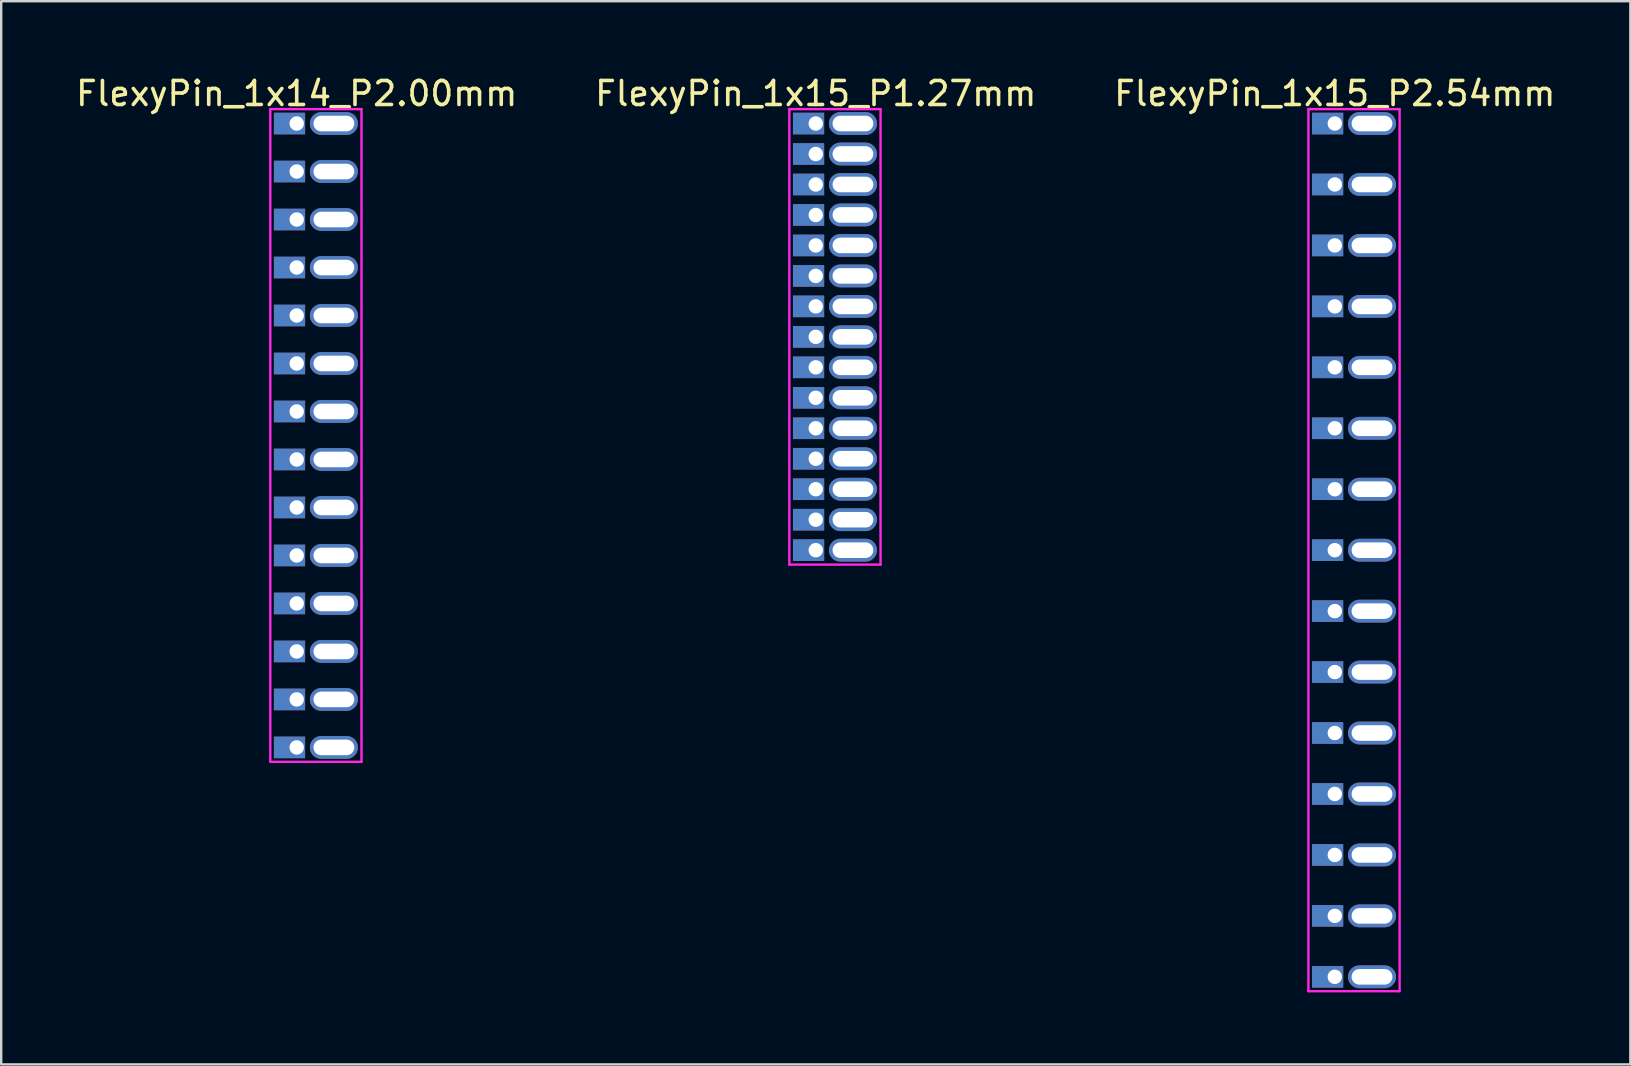
<source format=kicad_pcb>
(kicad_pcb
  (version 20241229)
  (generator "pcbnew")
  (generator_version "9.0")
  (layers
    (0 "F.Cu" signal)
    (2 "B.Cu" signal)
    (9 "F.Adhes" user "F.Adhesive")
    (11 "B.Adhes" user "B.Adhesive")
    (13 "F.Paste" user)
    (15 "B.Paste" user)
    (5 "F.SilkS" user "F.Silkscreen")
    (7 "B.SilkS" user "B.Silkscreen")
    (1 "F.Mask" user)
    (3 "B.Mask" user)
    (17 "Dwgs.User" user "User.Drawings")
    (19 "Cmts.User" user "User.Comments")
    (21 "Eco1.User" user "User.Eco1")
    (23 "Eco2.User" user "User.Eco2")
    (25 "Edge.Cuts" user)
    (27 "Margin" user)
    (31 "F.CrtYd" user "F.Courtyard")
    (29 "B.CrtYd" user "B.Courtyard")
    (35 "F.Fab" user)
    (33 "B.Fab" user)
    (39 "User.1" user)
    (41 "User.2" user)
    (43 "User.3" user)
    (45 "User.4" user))
  (footprint "FlexyPin_1x15_P2.54mm"
    (layer "F.Cu")
    (at 52.577 2.098)
    (property "Reference" "FlexyPin_1x15_P2.54mm" (at 0 -1.25 0) (layer "F.SilkS") (effects (font (size 1 1) (thickness 0.15))))
    (attr through_hole)
    (fp_line (start -1.1 -0.6) (end 2.7 -0.6) (stroke (width 0.1) (type solid)) (layer "F.CrtYd"))
    (fp_line (start -1.1 36.16) (end -1.1 -0.6) (stroke (width 0.1) (type solid)) (layer "F.CrtYd"))
    (fp_line (start 2.7 -0.6) (end 2.7 36.16) (stroke (width 0.1) (type solid)) (layer "F.CrtYd"))
    (fp_line (start 2.7 36.16) (end -1.1 36.16) (stroke (width 0.1) (type solid)) (layer "F.CrtYd"))
    (pad "" thru_hole oval (at 1.55 0) (size 2 0.95) (drill oval 1.7 0.65) (layers "*.Cu" "*.Mask"))
    (pad "" thru_hole oval (at 1.55 2.54) (size 2 0.95) (drill oval 1.7 0.65) (layers "*.Cu" "*.Mask"))
    (pad "" thru_hole oval (at 1.55 5.08) (size 2 0.95) (drill oval 1.7 0.65) (layers "*.Cu" "*.Mask"))
    (pad "" thru_hole oval (at 1.55 7.62) (size 2 0.95) (drill oval 1.7 0.65) (layers "*.Cu" "*.Mask"))
    (pad "" thru_hole oval (at 1.55 10.16) (size 2 0.95) (drill oval 1.7 0.65) (layers "*.Cu" "*.Mask"))
    (pad "" thru_hole oval (at 1.55 12.7) (size 2 0.95) (drill oval 1.7 0.65) (layers "*.Cu" "*.Mask"))
    (pad "" thru_hole oval (at 1.55 15.24) (size 2 0.95) (drill oval 1.7 0.65) (layers "*.Cu" "*.Mask"))
    (pad "" thru_hole oval (at 1.55 17.78) (size 2 0.95) (drill oval 1.7 0.65) (layers "*.Cu" "*.Mask"))
    (pad "" thru_hole oval (at 1.55 20.32) (size 2 0.95) (drill oval 1.7 0.65) (layers "*.Cu" "*.Mask"))
    (pad "" thru_hole oval (at 1.55 22.86) (size 2 0.95) (drill oval 1.7 0.65) (layers "*.Cu" "*.Mask"))
    (pad "" thru_hole oval (at 1.55 25.4) (size 2 0.95) (drill oval 1.7 0.65) (layers "*.Cu" "*.Mask"))
    (pad "" thru_hole oval (at 1.55 27.94) (size 2 0.95) (drill oval 1.7 0.65) (layers "*.Cu" "*.Mask"))
    (pad "" thru_hole oval (at 1.55 30.48) (size 2 0.95) (drill oval 1.7 0.65) (layers "*.Cu" "*.Mask"))
    (pad "" thru_hole oval (at 1.55 33.02) (size 2 0.95) (drill oval 1.7 0.65) (layers "*.Cu" "*.Mask"))
    (pad "" thru_hole oval (at 1.55 35.56) (size 2 0.95) (drill oval 1.7 0.65) (layers "*.Cu" "*.Mask"))
    (pad "1" thru_hole rect (at 0 0) (size 1.3 0.9) (drill 0.6 (offset -0.3 0)) (layers "*.Cu" "*.Mask"))
    (pad "2" thru_hole rect (at 0 2.54) (size 1.3 0.9) (drill 0.6 (offset -0.3 0)) (layers "*.Cu" "*.Mask"))
    (pad "3" thru_hole rect (at 0 5.08) (size 1.3 0.9) (drill 0.6 (offset -0.3 0)) (layers "*.Cu" "*.Mask"))
    (pad "4" thru_hole rect (at 0 7.62) (size 1.3 0.9) (drill 0.6 (offset -0.3 0)) (layers "*.Cu" "*.Mask"))
    (pad "5" thru_hole rect (at 0 10.16) (size 1.3 0.9) (drill 0.6 (offset -0.3 0)) (layers "*.Cu" "*.Mask"))
    (pad "6" thru_hole rect (at 0 12.7) (size 1.3 0.9) (drill 0.6 (offset -0.3 0)) (layers "*.Cu" "*.Mask"))
    (pad "7" thru_hole rect (at 0 15.24) (size 1.3 0.9) (drill 0.6 (offset -0.3 0)) (layers "*.Cu" "*.Mask"))
    (pad "8" thru_hole rect (at 0 17.78) (size 1.3 0.9) (drill 0.6 (offset -0.3 0)) (layers "*.Cu" "*.Mask"))
    (pad "9" thru_hole rect (at 0 20.32) (size 1.3 0.9) (drill 0.6 (offset -0.3 0)) (layers "*.Cu" "*.Mask"))
    (pad "10" thru_hole rect (at 0 22.86) (size 1.3 0.9) (drill 0.6 (offset -0.3 0)) (layers "*.Cu" "*.Mask"))
    (pad "11" thru_hole rect (at 0 25.4) (size 1.3 0.9) (drill 0.6 (offset -0.3 0)) (layers "*.Cu" "*.Mask"))
    (pad "12" thru_hole rect (at 0 27.94) (size 1.3 0.9) (drill 0.6 (offset -0.3 0)) (layers "*.Cu" "*.Mask"))
    (pad "13" thru_hole rect (at 0 30.48) (size 1.3 0.9) (drill 0.6 (offset -0.3 0)) (layers "*.Cu" "*.Mask"))
    (pad "14" thru_hole rect (at 0 33.02) (size 1.3 0.9) (drill 0.6 (offset -0.3 0)) (layers "*.Cu" "*.Mask"))
    (pad "15" thru_hole rect (at 0 35.56) (size 1.3 0.9) (drill 0.6 (offset -0.3 0)) (layers "*.Cu" "*.Mask")))
  (footprint "FlexyPin_1x15_P1.27mm"
    (layer "F.Cu")
    (at 30.946 2.098)
    (property "Reference" "FlexyPin_1x15_P1.27mm" (at 0 -1.25 0) (layer "F.SilkS") (effects (font (size 1 1) (thickness 0.15))))
    (attr through_hole)
    (fp_line (start -1.1 -0.6) (end 2.7 -0.6) (stroke (width 0.1) (type solid)) (layer "F.CrtYd"))
    (fp_line (start -1.1 18.38) (end -1.1 -0.6) (stroke (width 0.1) (type solid)) (layer "F.CrtYd"))
    (fp_line (start 2.7 -0.6) (end 2.7 18.38) (stroke (width 0.1) (type solid)) (layer "F.CrtYd"))
    (fp_line (start 2.7 18.38) (end -1.1 18.38) (stroke (width 0.1) (type solid)) (layer "F.CrtYd"))
    (pad "" thru_hole oval (at 1.55 0) (size 2 0.95) (drill oval 1.7 0.65) (layers "*.Cu" "*.Mask"))
    (pad "" thru_hole oval (at 1.55 1.27) (size 2 0.95) (drill oval 1.7 0.65) (layers "*.Cu" "*.Mask"))
    (pad "" thru_hole oval (at 1.55 2.54) (size 2 0.95) (drill oval 1.7 0.65) (layers "*.Cu" "*.Mask"))
    (pad "" thru_hole oval (at 1.55 3.81) (size 2 0.95) (drill oval 1.7 0.65) (layers "*.Cu" "*.Mask"))
    (pad "" thru_hole oval (at 1.55 5.08) (size 2 0.95) (drill oval 1.7 0.65) (layers "*.Cu" "*.Mask"))
    (pad "" thru_hole oval (at 1.55 6.35) (size 2 0.95) (drill oval 1.7 0.65) (layers "*.Cu" "*.Mask"))
    (pad "" thru_hole oval (at 1.55 7.62) (size 2 0.95) (drill oval 1.7 0.65) (layers "*.Cu" "*.Mask"))
    (pad "" thru_hole oval (at 1.55 8.89) (size 2 0.95) (drill oval 1.7 0.65) (layers "*.Cu" "*.Mask"))
    (pad "" thru_hole oval (at 1.55 10.16) (size 2 0.95) (drill oval 1.7 0.65) (layers "*.Cu" "*.Mask"))
    (pad "" thru_hole oval (at 1.55 11.43) (size 2 0.95) (drill oval 1.7 0.65) (layers "*.Cu" "*.Mask"))
    (pad "" thru_hole oval (at 1.55 12.7) (size 2 0.95) (drill oval 1.7 0.65) (layers "*.Cu" "*.Mask"))
    (pad "" thru_hole oval (at 1.55 13.97) (size 2 0.95) (drill oval 1.7 0.65) (layers "*.Cu" "*.Mask"))
    (pad "" thru_hole oval (at 1.55 15.24) (size 2 0.95) (drill oval 1.7 0.65) (layers "*.Cu" "*.Mask"))
    (pad "" thru_hole oval (at 1.55 16.51) (size 2 0.95) (drill oval 1.7 0.65) (layers "*.Cu" "*.Mask"))
    (pad "" thru_hole oval (at 1.55 17.78) (size 2 0.95) (drill oval 1.7 0.65) (layers "*.Cu" "*.Mask"))
    (pad "1" thru_hole rect (at 0 0) (size 1.3 0.9) (drill 0.6 (offset -0.3 0)) (layers "*.Cu" "*.Mask"))
    (pad "2" thru_hole rect (at 0 1.27) (size 1.3 0.9) (drill 0.6 (offset -0.3 0)) (layers "*.Cu" "*.Mask"))
    (pad "3" thru_hole rect (at 0 2.54) (size 1.3 0.9) (drill 0.6 (offset -0.3 0)) (layers "*.Cu" "*.Mask"))
    (pad "4" thru_hole rect (at 0 3.81) (size 1.3 0.9) (drill 0.6 (offset -0.3 0)) (layers "*.Cu" "*.Mask"))
    (pad "5" thru_hole rect (at 0 5.08) (size 1.3 0.9) (drill 0.6 (offset -0.3 0)) (layers "*.Cu" "*.Mask"))
    (pad "6" thru_hole rect (at 0 6.35) (size 1.3 0.9) (drill 0.6 (offset -0.3 0)) (layers "*.Cu" "*.Mask"))
    (pad "7" thru_hole rect (at 0 7.62) (size 1.3 0.9) (drill 0.6 (offset -0.3 0)) (layers "*.Cu" "*.Mask"))
    (pad "8" thru_hole rect (at 0 8.89) (size 1.3 0.9) (drill 0.6 (offset -0.3 0)) (layers "*.Cu" "*.Mask"))
    (pad "9" thru_hole rect (at 0 10.16) (size 1.3 0.9) (drill 0.6 (offset -0.3 0)) (layers "*.Cu" "*.Mask"))
    (pad "10" thru_hole rect (at 0 11.43) (size 1.3 0.9) (drill 0.6 (offset -0.3 0)) (layers "*.Cu" "*.Mask"))
    (pad "11" thru_hole rect (at 0 12.7) (size 1.3 0.9) (drill 0.6 (offset -0.3 0)) (layers "*.Cu" "*.Mask"))
    (pad "12" thru_hole rect (at 0 13.97) (size 1.3 0.9) (drill 0.6 (offset -0.3 0)) (layers "*.Cu" "*.Mask"))
    (pad "13" thru_hole rect (at 0 15.24) (size 1.3 0.9) (drill 0.6 (offset -0.3 0)) (layers "*.Cu" "*.Mask"))
    (pad "14" thru_hole rect (at 0 16.51) (size 1.3 0.9) (drill 0.6 (offset -0.3 0)) (layers "*.Cu" "*.Mask"))
    (pad "15" thru_hole rect (at 0 17.78) (size 1.3 0.9) (drill 0.6 (offset -0.3 0)) (layers "*.Cu" "*.Mask")))
  (footprint "FlexyPin_1x14_P2.00mm"
    (layer "F.Cu")
    (at 9.315 2.098)
    (property "Reference" "FlexyPin_1x14_P2.00mm" (at 0 -1.25 0) (layer "F.SilkS") (effects (font (size 1 1) (thickness 0.15))))
    (attr through_hole)
    (fp_line (start -1.1 -0.6) (end 2.7 -0.6) (stroke (width 0.1) (type solid)) (layer "F.CrtYd"))
    (fp_line (start -1.1 26.6) (end -1.1 -0.6) (stroke (width 0.1) (type solid)) (layer "F.CrtYd"))
    (fp_line (start 2.7 -0.6) (end 2.7 26.6) (stroke (width 0.1) (type solid)) (layer "F.CrtYd"))
    (fp_line (start 2.7 26.6) (end -1.1 26.6) (stroke (width 0.1) (type solid)) (layer "F.CrtYd"))
    (pad "" thru_hole oval (at 1.55 0) (size 2 0.95) (drill oval 1.7 0.65) (layers "*.Cu" "*.Mask"))
    (pad "" thru_hole oval (at 1.55 2) (size 2 0.95) (drill oval 1.7 0.65) (layers "*.Cu" "*.Mask"))
    (pad "" thru_hole oval (at 1.55 4) (size 2 0.95) (drill oval 1.7 0.65) (layers "*.Cu" "*.Mask"))
    (pad "" thru_hole oval (at 1.55 6) (size 2 0.95) (drill oval 1.7 0.65) (layers "*.Cu" "*.Mask"))
    (pad "" thru_hole oval (at 1.55 8) (size 2 0.95) (drill oval 1.7 0.65) (layers "*.Cu" "*.Mask"))
    (pad "" thru_hole oval (at 1.55 10) (size 2 0.95) (drill oval 1.7 0.65) (layers "*.Cu" "*.Mask"))
    (pad "" thru_hole oval (at 1.55 12) (size 2 0.95) (drill oval 1.7 0.65) (layers "*.Cu" "*.Mask"))
    (pad "" thru_hole oval (at 1.55 14) (size 2 0.95) (drill oval 1.7 0.65) (layers "*.Cu" "*.Mask"))
    (pad "" thru_hole oval (at 1.55 16) (size 2 0.95) (drill oval 1.7 0.65) (layers "*.Cu" "*.Mask"))
    (pad "" thru_hole oval (at 1.55 18) (size 2 0.95) (drill oval 1.7 0.65) (layers "*.Cu" "*.Mask"))
    (pad "" thru_hole oval (at 1.55 20) (size 2 0.95) (drill oval 1.7 0.65) (layers "*.Cu" "*.Mask"))
    (pad "" thru_hole oval (at 1.55 22) (size 2 0.95) (drill oval 1.7 0.65) (layers "*.Cu" "*.Mask"))
    (pad "" thru_hole oval (at 1.55 24) (size 2 0.95) (drill oval 1.7 0.65) (layers "*.Cu" "*.Mask"))
    (pad "" thru_hole oval (at 1.55 26) (size 2 0.95) (drill oval 1.7 0.65) (layers "*.Cu" "*.Mask"))
    (pad "1" thru_hole rect (at 0 0) (size 1.3 0.9) (drill 0.6 (offset -0.3 0)) (layers "*.Cu" "*.Mask"))
    (pad "2" thru_hole rect (at 0 2) (size 1.3 0.9) (drill 0.6 (offset -0.3 0)) (layers "*.Cu" "*.Mask"))
    (pad "3" thru_hole rect (at 0 4) (size 1.3 0.9) (drill 0.6 (offset -0.3 0)) (layers "*.Cu" "*.Mask"))
    (pad "4" thru_hole rect (at 0 6) (size 1.3 0.9) (drill 0.6 (offset -0.3 0)) (layers "*.Cu" "*.Mask"))
    (pad "5" thru_hole rect (at 0 8) (size 1.3 0.9) (drill 0.6 (offset -0.3 0)) (layers "*.Cu" "*.Mask"))
    (pad "6" thru_hole rect (at 0 10) (size 1.3 0.9) (drill 0.6 (offset -0.3 0)) (layers "*.Cu" "*.Mask"))
    (pad "7" thru_hole rect (at 0 12) (size 1.3 0.9) (drill 0.6 (offset -0.3 0)) (layers "*.Cu" "*.Mask"))
    (pad "8" thru_hole rect (at 0 14) (size 1.3 0.9) (drill 0.6 (offset -0.3 0)) (layers "*.Cu" "*.Mask"))
    (pad "9" thru_hole rect (at 0 16) (size 1.3 0.9) (drill 0.6 (offset -0.3 0)) (layers "*.Cu" "*.Mask"))
    (pad "10" thru_hole rect (at 0 18) (size 1.3 0.9) (drill 0.6 (offset -0.3 0)) (layers "*.Cu" "*.Mask"))
    (pad "11" thru_hole rect (at 0 20) (size 1.3 0.9) (drill 0.6 (offset -0.3 0)) (layers "*.Cu" "*.Mask"))
    (pad "12" thru_hole rect (at 0 22) (size 1.3 0.9) (drill 0.6 (offset -0.3 0)) (layers "*.Cu" "*.Mask"))
    (pad "13" thru_hole rect (at 0 24) (size 1.3 0.9) (drill 0.6 (offset -0.3 0)) (layers "*.Cu" "*.Mask"))
    (pad "14" thru_hole rect (at 0 26) (size 1.3 0.9) (drill 0.6 (offset -0.3 0)) (layers "*.Cu" "*.Mask")))
  (gr_rect
    (start -3 -3)
    (end 64.893 41.308)
    (stroke (width 0.1) (type default))
    (fill no)
    (layer "Edge.Cuts")))
</source>
